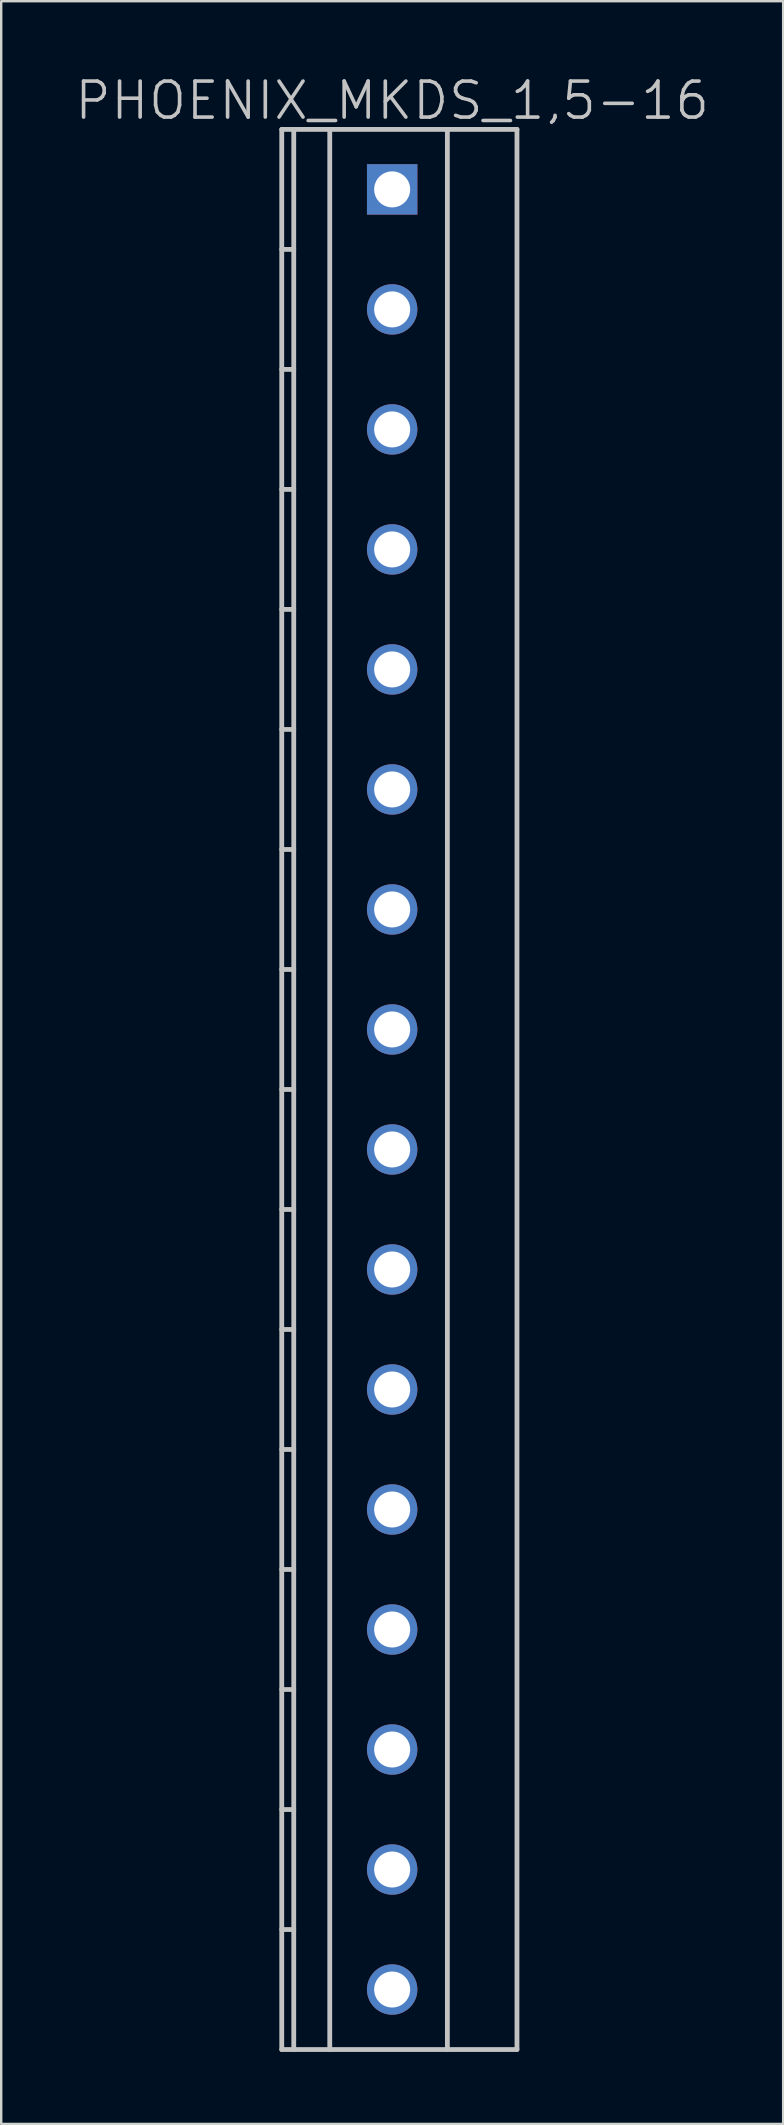
<source format=kicad_pcb>
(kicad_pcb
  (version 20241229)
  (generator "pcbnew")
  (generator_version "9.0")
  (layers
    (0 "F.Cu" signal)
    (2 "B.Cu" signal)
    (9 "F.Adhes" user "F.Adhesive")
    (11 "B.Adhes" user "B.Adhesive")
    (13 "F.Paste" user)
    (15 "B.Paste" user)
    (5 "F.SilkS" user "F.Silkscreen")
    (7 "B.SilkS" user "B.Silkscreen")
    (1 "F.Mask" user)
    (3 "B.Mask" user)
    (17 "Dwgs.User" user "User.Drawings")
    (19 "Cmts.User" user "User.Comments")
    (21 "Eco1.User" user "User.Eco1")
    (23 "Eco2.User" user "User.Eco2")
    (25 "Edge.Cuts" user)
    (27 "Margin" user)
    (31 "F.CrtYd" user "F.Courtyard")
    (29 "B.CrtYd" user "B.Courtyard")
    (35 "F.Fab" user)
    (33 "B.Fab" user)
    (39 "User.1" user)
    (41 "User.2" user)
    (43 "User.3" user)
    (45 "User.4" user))
  (footprint "PHOENIX_MKDS_1,5-16"
    (layer "F.Cu")
    (at 13.289 42.341)
    (property "Reference" "PHOENIX_MKDS_1,5-16" (at 0 -41.2 180) (layer "Dwgs.User") (effects (font (size 1.5 1.5) (thickness 0.15))))
    (attr through_hole)
    (fp_line (start -4.6 -40) (end -4.6 40) (stroke (width 0.2) (type solid)) (layer "Dwgs.User"))
    (fp_line (start -4.6 40) (end 5.2 40) (stroke (width 0.2) (type solid)) (layer "Dwgs.User"))
    (fp_line (start -4.1 -40) (end -4.1 40) (stroke (width 0.2) (type solid)) (layer "Dwgs.User"))
    (fp_line (start -4.1 -35) (end -4.6 -35) (stroke (width 0.2) (type solid)) (layer "Dwgs.User"))
    (fp_line (start -4.1 -30) (end -4.6 -30) (stroke (width 0.2) (type solid)) (layer "Dwgs.User"))
    (fp_line (start -4.1 -25) (end -4.6 -25) (stroke (width 0.2) (type solid)) (layer "Dwgs.User"))
    (fp_line (start -4.1 -20) (end -4.6 -20) (stroke (width 0.2) (type solid)) (layer "Dwgs.User"))
    (fp_line (start -4.1 -15) (end -4.6 -15) (stroke (width 0.2) (type solid)) (layer "Dwgs.User"))
    (fp_line (start -4.1 -10) (end -4.6 -10) (stroke (width 0.2) (type solid)) (layer "Dwgs.User"))
    (fp_line (start -4.1 -5) (end -4.6 -5) (stroke (width 0.2) (type solid)) (layer "Dwgs.User"))
    (fp_line (start -4.1 0) (end -4.6 0) (stroke (width 0.2) (type solid)) (layer "Dwgs.User"))
    (fp_line (start -4.1 5) (end -4.6 5) (stroke (width 0.2) (type solid)) (layer "Dwgs.User"))
    (fp_line (start -4.1 10) (end -4.6 10) (stroke (width 0.2) (type solid)) (layer "Dwgs.User"))
    (fp_line (start -4.1 15) (end -4.6 15) (stroke (width 0.2) (type solid)) (layer "Dwgs.User"))
    (fp_line (start -4.1 20) (end -4.6 20) (stroke (width 0.2) (type solid)) (layer "Dwgs.User"))
    (fp_line (start -4.1 25) (end -4.6 25) (stroke (width 0.2) (type solid)) (layer "Dwgs.User"))
    (fp_line (start -4.1 30) (end -4.6 30) (stroke (width 0.2) (type solid)) (layer "Dwgs.User"))
    (fp_line (start -4.1 35) (end -4.6 35) (stroke (width 0.2) (type solid)) (layer "Dwgs.User"))
    (fp_line (start -2.6 -40) (end -2.6 40) (stroke (width 0.2) (type solid)) (layer "Dwgs.User"))
    (fp_line (start 2.3 -40) (end 2.3 40) (stroke (width 0.2) (type solid)) (layer "Dwgs.User"))
    (fp_line (start 5.2 -40) (end -4.6 -40) (stroke (width 0.2) (type solid)) (layer "Dwgs.User"))
    (fp_line (start 5.2 40) (end 5.2 -40) (stroke (width 0.2) (type solid)) (layer "Dwgs.User"))
    (pad "1" thru_hole rect (at 0 -37.5) (size 2.1 2.1) (drill 1.5) (layers "*.Cu" "*.Mask"))
    (pad "2" thru_hole circle (at 0 -32.5 270) (size 2.1 2.1) (drill 1.5) (layers "*.Cu" "*.Mask"))
    (pad "3" thru_hole circle (at 0 -27.5 270) (size 2.1 2.1) (drill 1.5) (layers "*.Cu" "*.Mask"))
    (pad "4" thru_hole circle (at 0 -22.5 270) (size 2.1 2.1) (drill 1.5) (layers "*.Cu" "*.Mask"))
    (pad "5" thru_hole circle (at 0 -17.5 270) (size 2.1 2.1) (drill 1.5) (layers "*.Cu" "*.Mask"))
    (pad "6" thru_hole circle (at 0 -12.5 270) (size 2.1 2.1) (drill 1.5) (layers "*.Cu" "*.Mask"))
    (pad "7" thru_hole circle (at 0 -7.5 270) (size 2.1 2.1) (drill 1.5) (layers "*.Cu" "*.Mask"))
    (pad "8" thru_hole circle (at 0 -2.5 270) (size 2.1 2.1) (drill 1.5) (layers "*.Cu" "*.Mask"))
    (pad "9" thru_hole circle (at 0 2.5 270) (size 2.1 2.1) (drill 1.5) (layers "*.Cu" "*.Mask"))
    (pad "10" thru_hole circle (at 0 7.5 270) (size 2.1 2.1) (drill 1.5) (layers "*.Cu" "*.Mask"))
    (pad "11" thru_hole circle (at 0 12.5 270) (size 2.1 2.1) (drill 1.5) (layers "*.Cu" "*.Mask"))
    (pad "12" thru_hole circle (at 0 17.5 270) (size 2.1 2.1) (drill 1.5) (layers "*.Cu" "*.Mask"))
    (pad "13" thru_hole circle (at 0 22.5 270) (size 2.1 2.1) (drill 1.5) (layers "*.Cu" "*.Mask"))
    (pad "14" thru_hole circle (at 0 27.5 270) (size 2.1 2.1) (drill 1.5) (layers "*.Cu" "*.Mask"))
    (pad "15" thru_hole circle (at 0 32.5 270) (size 2.1 2.1) (drill 1.5) (layers "*.Cu" "*.Mask"))
    (pad "16" thru_hole circle (at 0 37.5 270) (size 2.1 2.1) (drill 1.5) (layers "*.Cu" "*.Mask")))
  (gr_rect
    (start -3 -3)
    (end 29.579 85.441)
    (stroke (width 0.1) (type default))
    (fill no)
    (layer "Edge.Cuts")))
</source>
